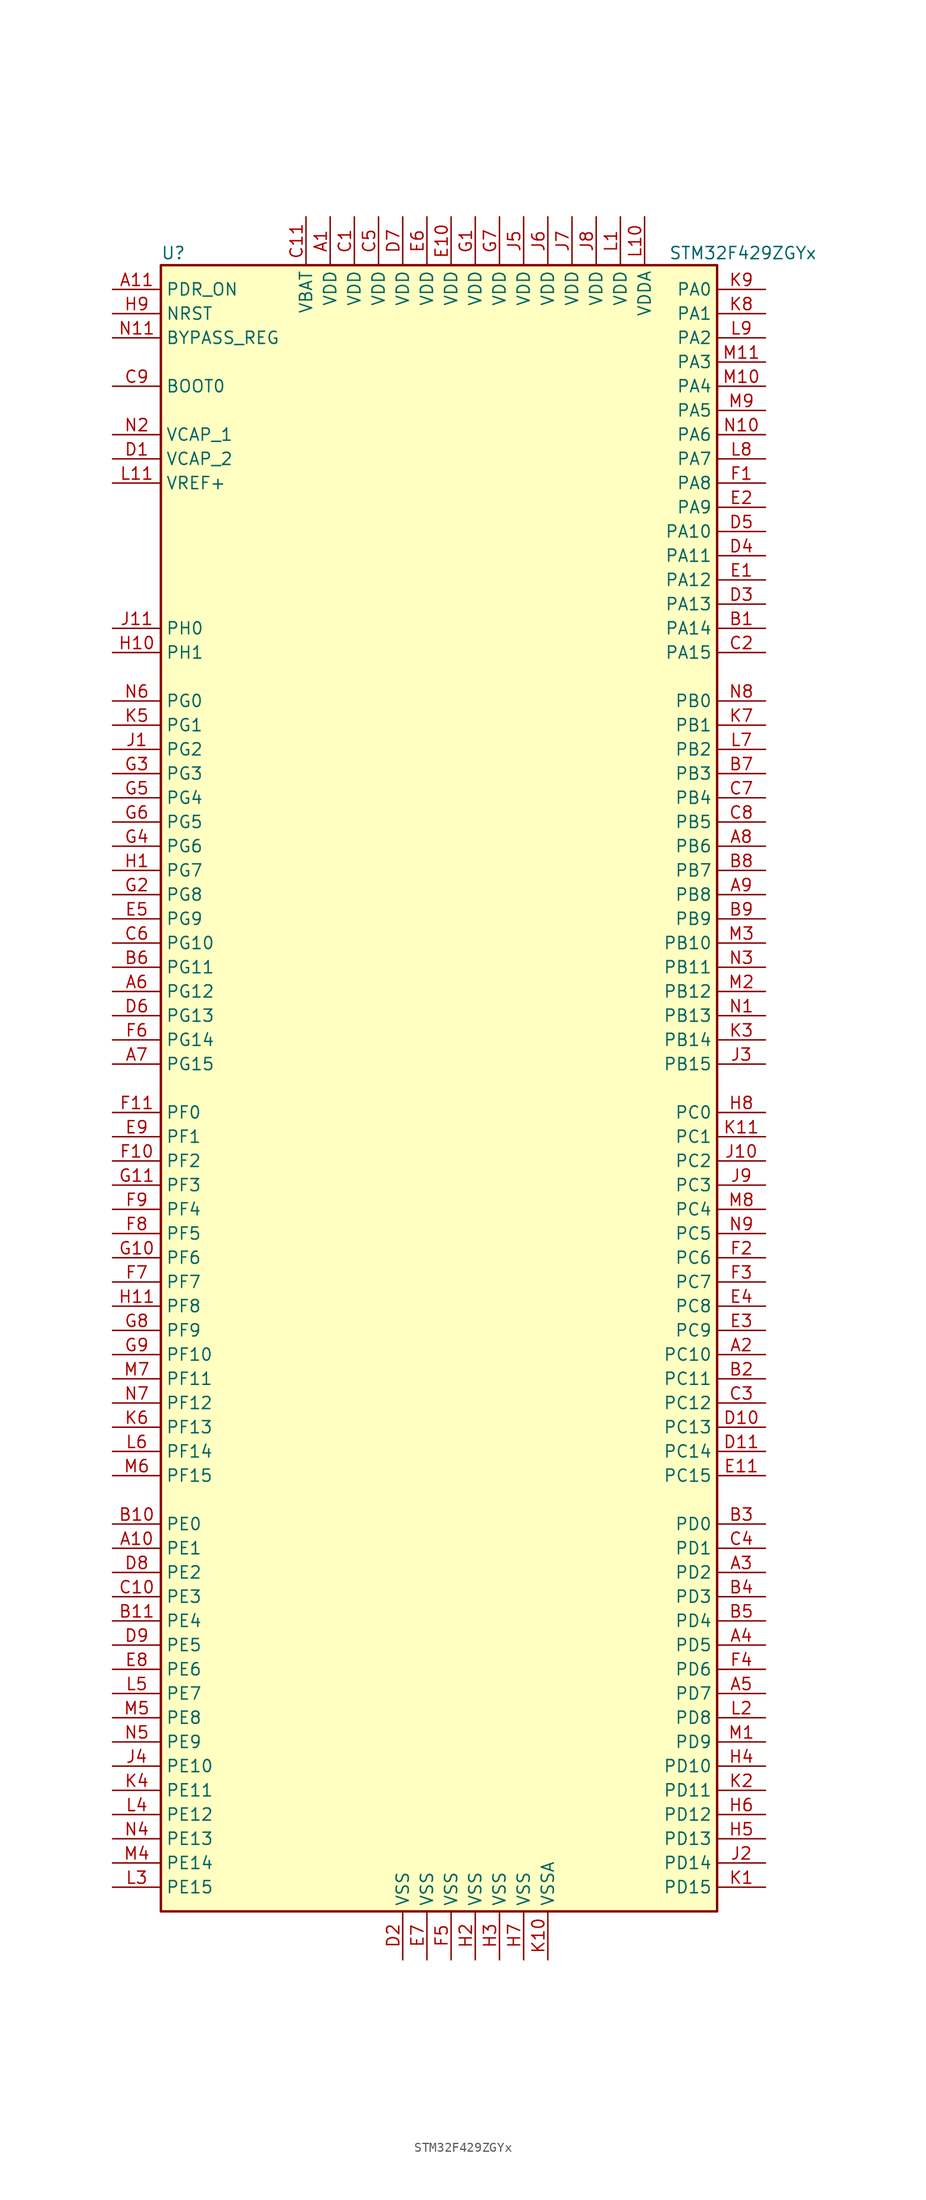
<source format=kicad_sym>
(kicad_symbol_lib
  (version 20211014)
  (generator kicad_symbol_editor)
  (symbol "STM32F429ZGYx"
    (property "Reference" "U"
      (at -30.48 87.63 0)
      (effects (font (size 1.27 1.27)) (justify left)))
    (property "Value" "STM32F429ZGYx"
      (at 22.86 87.63 0)
      (effects (font (size 1.27 1.27)) (justify left)))
    (symbol "STM32F429ZGYx_0_1"
      (rectangle (start -30.48 -86.36) (end 27.94 86.36) (stroke (width 0.254) (type default) (color 0 0 0 0)) (fill (type background))))
    (symbol "STM32F429ZGYx_1_1"
      (pin power_in line (at -12.7 91.44 270) (length 5.08) (name "VDD" (effects (font (size 1.27 1.27)))) (number "A1" (effects (font (size 1.27 1.27)))))
      (pin bidirectional line (at -35.56 -48.26 0) (length 5.08) (name "PE1" (effects (font (size 1.27 1.27)))) (number "A10" (effects (font (size 1.27 1.27)))))
      (pin input line (at -35.56 83.82 0) (length 5.08) (name "PDR_ON" (effects (font (size 1.27 1.27)))) (number "A11" (effects (font (size 1.27 1.27)))))
      (pin bidirectional line (at 33.02 -27.94 180) (length 5.08) (name "PC10" (effects (font (size 1.27 1.27)))) (number "A2" (effects (font (size 1.27 1.27)))))
      (pin bidirectional line (at 33.02 -50.8 180) (length 5.08) (name "PD2" (effects (font (size 1.27 1.27)))) (number "A3" (effects (font (size 1.27 1.27)))))
      (pin bidirectional line (at 33.02 -58.42 180) (length 5.08) (name "PD5" (effects (font (size 1.27 1.27)))) (number "A4" (effects (font (size 1.27 1.27)))))
      (pin bidirectional line (at 33.02 -63.5 180) (length 5.08) (name "PD7" (effects (font (size 1.27 1.27)))) (number "A5" (effects (font (size 1.27 1.27)))))
      (pin bidirectional line (at -35.56 10.16 0) (length 5.08) (name "PG12" (effects (font (size 1.27 1.27)))) (number "A6" (effects (font (size 1.27 1.27)))))
      (pin bidirectional line (at -35.56 2.54 0) (length 5.08) (name "PG15" (effects (font (size 1.27 1.27)))) (number "A7" (effects (font (size 1.27 1.27)))))
      (pin bidirectional line (at 33.02 25.4 180) (length 5.08) (name "PB6" (effects (font (size 1.27 1.27)))) (number "A8" (effects (font (size 1.27 1.27)))))
      (pin bidirectional line (at 33.02 20.32 180) (length 5.08) (name "PB8" (effects (font (size 1.27 1.27)))) (number "A9" (effects (font (size 1.27 1.27)))))
      (pin bidirectional line (at 33.02 48.26 180) (length 5.08) (name "PA14" (effects (font (size 1.27 1.27)))) (number "B1" (effects (font (size 1.27 1.27)))))
      (pin bidirectional line (at -35.56 -45.72 0) (length 5.08) (name "PE0" (effects (font (size 1.27 1.27)))) (number "B10" (effects (font (size 1.27 1.27)))))
      (pin bidirectional line (at -35.56 -55.88 0) (length 5.08) (name "PE4" (effects (font (size 1.27 1.27)))) (number "B11" (effects (font (size 1.27 1.27)))))
      (pin bidirectional line (at 33.02 -30.48 180) (length 5.08) (name "PC11" (effects (font (size 1.27 1.27)))) (number "B2" (effects (font (size 1.27 1.27)))))
      (pin bidirectional line (at 33.02 -45.72 180) (length 5.08) (name "PD0" (effects (font (size 1.27 1.27)))) (number "B3" (effects (font (size 1.27 1.27)))))
      (pin bidirectional line (at 33.02 -53.34 180) (length 5.08) (name "PD3" (effects (font (size 1.27 1.27)))) (number "B4" (effects (font (size 1.27 1.27)))))
      (pin bidirectional line (at 33.02 -55.88 180) (length 5.08) (name "PD4" (effects (font (size 1.27 1.27)))) (number "B5" (effects (font (size 1.27 1.27)))))
      (pin bidirectional line (at -35.56 12.7 0) (length 5.08) (name "PG11" (effects (font (size 1.27 1.27)))) (number "B6" (effects (font (size 1.27 1.27)))))
      (pin bidirectional line (at 33.02 33.02 180) (length 5.08) (name "PB3" (effects (font (size 1.27 1.27)))) (number "B7" (effects (font (size 1.27 1.27)))))
      (pin bidirectional line (at 33.02 22.86 180) (length 5.08) (name "PB7" (effects (font (size 1.27 1.27)))) (number "B8" (effects (font (size 1.27 1.27)))))
      (pin bidirectional line (at 33.02 17.78 180) (length 5.08) (name "PB9" (effects (font (size 1.27 1.27)))) (number "B9" (effects (font (size 1.27 1.27)))))
      (pin power_in line (at -10.16 91.44 270) (length 5.08) (name "VDD" (effects (font (size 1.27 1.27)))) (number "C1" (effects (font (size 1.27 1.27)))))
      (pin bidirectional line (at -35.56 -53.34 0) (length 5.08) (name "PE3" (effects (font (size 1.27 1.27)))) (number "C10" (effects (font (size 1.27 1.27)))))
      (pin power_in line (at -15.24 91.44 270) (length 5.08) (name "VBAT" (effects (font (size 1.27 1.27)))) (number "C11" (effects (font (size 1.27 1.27)))))
      (pin bidirectional line (at 33.02 45.72 180) (length 5.08) (name "PA15" (effects (font (size 1.27 1.27)))) (number "C2" (effects (font (size 1.27 1.27)))))
      (pin bidirectional line (at 33.02 -33.02 180) (length 5.08) (name "PC12" (effects (font (size 1.27 1.27)))) (number "C3" (effects (font (size 1.27 1.27)))))
      (pin bidirectional line (at 33.02 -48.26 180) (length 5.08) (name "PD1" (effects (font (size 1.27 1.27)))) (number "C4" (effects (font (size 1.27 1.27)))))
      (pin power_in line (at -7.62 91.44 270) (length 5.08) (name "VDD" (effects (font (size 1.27 1.27)))) (number "C5" (effects (font (size 1.27 1.27)))))
      (pin bidirectional line (at -35.56 15.24 0) (length 5.08) (name "PG10" (effects (font (size 1.27 1.27)))) (number "C6" (effects (font (size 1.27 1.27)))))
      (pin bidirectional line (at 33.02 30.48 180) (length 5.08) (name "PB4" (effects (font (size 1.27 1.27)))) (number "C7" (effects (font (size 1.27 1.27)))))
      (pin bidirectional line (at 33.02 27.94 180) (length 5.08) (name "PB5" (effects (font (size 1.27 1.27)))) (number "C8" (effects (font (size 1.27 1.27)))))
      (pin input line (at -35.56 73.66 0) (length 5.08) (name "BOOT0" (effects (font (size 1.27 1.27)))) (number "C9" (effects (font (size 1.27 1.27)))))
      (pin power_in line (at -35.56 66.04 0) (length 5.08) (name "VCAP_2" (effects (font (size 1.27 1.27)))) (number "D1" (effects (font (size 1.27 1.27)))))
      (pin bidirectional line (at 33.02 -35.56 180) (length 5.08) (name "PC13" (effects (font (size 1.27 1.27)))) (number "D10" (effects (font (size 1.27 1.27)))))
      (pin bidirectional line (at 33.02 -38.1 180) (length 5.08) (name "PC14" (effects (font (size 1.27 1.27)))) (number "D11" (effects (font (size 1.27 1.27)))))
      (pin power_in line (at -5.08 -91.44 90) (length 5.08) (name "VSS" (effects (font (size 1.27 1.27)))) (number "D2" (effects (font (size 1.27 1.27)))))
      (pin bidirectional line (at 33.02 50.8 180) (length 5.08) (name "PA13" (effects (font (size 1.27 1.27)))) (number "D3" (effects (font (size 1.27 1.27)))))
      (pin bidirectional line (at 33.02 55.88 180) (length 5.08) (name "PA11" (effects (font (size 1.27 1.27)))) (number "D4" (effects (font (size 1.27 1.27)))))
      (pin bidirectional line (at 33.02 58.42 180) (length 5.08) (name "PA10" (effects (font (size 1.27 1.27)))) (number "D5" (effects (font (size 1.27 1.27)))))
      (pin bidirectional line (at -35.56 7.62 0) (length 5.08) (name "PG13" (effects (font (size 1.27 1.27)))) (number "D6" (effects (font (size 1.27 1.27)))))
      (pin power_in line (at -5.08 91.44 270) (length 5.08) (name "VDD" (effects (font (size 1.27 1.27)))) (number "D7" (effects (font (size 1.27 1.27)))))
      (pin bidirectional line (at -35.56 -50.8 0) (length 5.08) (name "PE2" (effects (font (size 1.27 1.27)))) (number "D8" (effects (font (size 1.27 1.27)))))
      (pin bidirectional line (at -35.56 -58.42 0) (length 5.08) (name "PE5" (effects (font (size 1.27 1.27)))) (number "D9" (effects (font (size 1.27 1.27)))))
      (pin bidirectional line (at 33.02 53.34 180) (length 5.08) (name "PA12" (effects (font (size 1.27 1.27)))) (number "E1" (effects (font (size 1.27 1.27)))))
      (pin power_in line (at 0 91.44 270) (length 5.08) (name "VDD" (effects (font (size 1.27 1.27)))) (number "E10" (effects (font (size 1.27 1.27)))))
      (pin bidirectional line (at 33.02 -40.64 180) (length 5.08) (name "PC15" (effects (font (size 1.27 1.27)))) (number "E11" (effects (font (size 1.27 1.27)))))
      (pin bidirectional line (at 33.02 60.96 180) (length 5.08) (name "PA9" (effects (font (size 1.27 1.27)))) (number "E2" (effects (font (size 1.27 1.27)))))
      (pin bidirectional line (at 33.02 -25.4 180) (length 5.08) (name "PC9" (effects (font (size 1.27 1.27)))) (number "E3" (effects (font (size 1.27 1.27)))))
      (pin bidirectional line (at 33.02 -22.86 180) (length 5.08) (name "PC8" (effects (font (size 1.27 1.27)))) (number "E4" (effects (font (size 1.27 1.27)))))
      (pin bidirectional line (at -35.56 17.78 0) (length 5.08) (name "PG9" (effects (font (size 1.27 1.27)))) (number "E5" (effects (font (size 1.27 1.27)))))
      (pin power_in line (at -2.54 91.44 270) (length 5.08) (name "VDD" (effects (font (size 1.27 1.27)))) (number "E6" (effects (font (size 1.27 1.27)))))
      (pin power_in line (at -2.54 -91.44 90) (length 5.08) (name "VSS" (effects (font (size 1.27 1.27)))) (number "E7" (effects (font (size 1.27 1.27)))))
      (pin bidirectional line (at -35.56 -60.96 0) (length 5.08) (name "PE6" (effects (font (size 1.27 1.27)))) (number "E8" (effects (font (size 1.27 1.27)))))
      (pin bidirectional line (at -35.56 -5.08 0) (length 5.08) (name "PF1" (effects (font (size 1.27 1.27)))) (number "E9" (effects (font (size 1.27 1.27)))))
      (pin bidirectional line (at 33.02 63.5 180) (length 5.08) (name "PA8" (effects (font (size 1.27 1.27)))) (number "F1" (effects (font (size 1.27 1.27)))))
      (pin bidirectional line (at -35.56 -7.62 0) (length 5.08) (name "PF2" (effects (font (size 1.27 1.27)))) (number "F10" (effects (font (size 1.27 1.27)))))
      (pin bidirectional line (at -35.56 -2.54 0) (length 5.08) (name "PF0" (effects (font (size 1.27 1.27)))) (number "F11" (effects (font (size 1.27 1.27)))))
      (pin bidirectional line (at 33.02 -17.78 180) (length 5.08) (name "PC6" (effects (font (size 1.27 1.27)))) (number "F2" (effects (font (size 1.27 1.27)))))
      (pin bidirectional line (at 33.02 -20.32 180) (length 5.08) (name "PC7" (effects (font (size 1.27 1.27)))) (number "F3" (effects (font (size 1.27 1.27)))))
      (pin bidirectional line (at 33.02 -60.96 180) (length 5.08) (name "PD6" (effects (font (size 1.27 1.27)))) (number "F4" (effects (font (size 1.27 1.27)))))
      (pin power_in line (at 0 -91.44 90) (length 5.08) (name "VSS" (effects (font (size 1.27 1.27)))) (number "F5" (effects (font (size 1.27 1.27)))))
      (pin bidirectional line (at -35.56 5.08 0) (length 5.08) (name "PG14" (effects (font (size 1.27 1.27)))) (number "F6" (effects (font (size 1.27 1.27)))))
      (pin bidirectional line (at -35.56 -20.32 0) (length 5.08) (name "PF7" (effects (font (size 1.27 1.27)))) (number "F7" (effects (font (size 1.27 1.27)))))
      (pin bidirectional line (at -35.56 -15.24 0) (length 5.08) (name "PF5" (effects (font (size 1.27 1.27)))) (number "F8" (effects (font (size 1.27 1.27)))))
      (pin bidirectional line (at -35.56 -12.7 0) (length 5.08) (name "PF4" (effects (font (size 1.27 1.27)))) (number "F9" (effects (font (size 1.27 1.27)))))
      (pin power_in line (at 2.54 91.44 270) (length 5.08) (name "VDD" (effects (font (size 1.27 1.27)))) (number "G1" (effects (font (size 1.27 1.27)))))
      (pin bidirectional line (at -35.56 -17.78 0) (length 5.08) (name "PF6" (effects (font (size 1.27 1.27)))) (number "G10" (effects (font (size 1.27 1.27)))))
      (pin bidirectional line (at -35.56 -10.16 0) (length 5.08) (name "PF3" (effects (font (size 1.27 1.27)))) (number "G11" (effects (font (size 1.27 1.27)))))
      (pin bidirectional line (at -35.56 20.32 0) (length 5.08) (name "PG8" (effects (font (size 1.27 1.27)))) (number "G2" (effects (font (size 1.27 1.27)))))
      (pin bidirectional line (at -35.56 33.02 0) (length 5.08) (name "PG3" (effects (font (size 1.27 1.27)))) (number "G3" (effects (font (size 1.27 1.27)))))
      (pin bidirectional line (at -35.56 25.4 0) (length 5.08) (name "PG6" (effects (font (size 1.27 1.27)))) (number "G4" (effects (font (size 1.27 1.27)))))
      (pin bidirectional line (at -35.56 30.48 0) (length 5.08) (name "PG4" (effects (font (size 1.27 1.27)))) (number "G5" (effects (font (size 1.27 1.27)))))
      (pin bidirectional line (at -35.56 27.94 0) (length 5.08) (name "PG5" (effects (font (size 1.27 1.27)))) (number "G6" (effects (font (size 1.27 1.27)))))
      (pin power_in line (at 5.08 91.44 270) (length 5.08) (name "VDD" (effects (font (size 1.27 1.27)))) (number "G7" (effects (font (size 1.27 1.27)))))
      (pin bidirectional line (at -35.56 -25.4 0) (length 5.08) (name "PF9" (effects (font (size 1.27 1.27)))) (number "G8" (effects (font (size 1.27 1.27)))))
      (pin bidirectional line (at -35.56 -27.94 0) (length 5.08) (name "PF10" (effects (font (size 1.27 1.27)))) (number "G9" (effects (font (size 1.27 1.27)))))
      (pin bidirectional line (at -35.56 22.86 0) (length 5.08) (name "PG7" (effects (font (size 1.27 1.27)))) (number "H1" (effects (font (size 1.27 1.27)))))
      (pin input line (at -35.56 45.72 0) (length 5.08) (name "PH1" (effects (font (size 1.27 1.27)))) (number "H10" (effects (font (size 1.27 1.27)))))
      (pin bidirectional line (at -35.56 -22.86 0) (length 5.08) (name "PF8" (effects (font (size 1.27 1.27)))) (number "H11" (effects (font (size 1.27 1.27)))))
      (pin power_in line (at 2.54 -91.44 90) (length 5.08) (name "VSS" (effects (font (size 1.27 1.27)))) (number "H2" (effects (font (size 1.27 1.27)))))
      (pin power_in line (at 5.08 -91.44 90) (length 5.08) (name "VSS" (effects (font (size 1.27 1.27)))) (number "H3" (effects (font (size 1.27 1.27)))))
      (pin bidirectional line (at 33.02 -71.12 180) (length 5.08) (name "PD10" (effects (font (size 1.27 1.27)))) (number "H4" (effects (font (size 1.27 1.27)))))
      (pin bidirectional line (at 33.02 -78.74 180) (length 5.08) (name "PD13" (effects (font (size 1.27 1.27)))) (number "H5" (effects (font (size 1.27 1.27)))))
      (pin bidirectional line (at 33.02 -76.2 180) (length 5.08) (name "PD12" (effects (font (size 1.27 1.27)))) (number "H6" (effects (font (size 1.27 1.27)))))
      (pin power_in line (at 7.62 -91.44 90) (length 5.08) (name "VSS" (effects (font (size 1.27 1.27)))) (number "H7" (effects (font (size 1.27 1.27)))))
      (pin bidirectional line (at 33.02 -2.54 180) (length 5.08) (name "PC0" (effects (font (size 1.27 1.27)))) (number "H8" (effects (font (size 1.27 1.27)))))
      (pin input line (at -35.56 81.28 0) (length 5.08) (name "NRST" (effects (font (size 1.27 1.27)))) (number "H9" (effects (font (size 1.27 1.27)))))
      (pin bidirectional line (at -35.56 35.56 0) (length 5.08) (name "PG2" (effects (font (size 1.27 1.27)))) (number "J1" (effects (font (size 1.27 1.27)))))
      (pin bidirectional line (at 33.02 -7.62 180) (length 5.08) (name "PC2" (effects (font (size 1.27 1.27)))) (number "J10" (effects (font (size 1.27 1.27)))))
      (pin input line (at -35.56 48.26 0) (length 5.08) (name "PH0" (effects (font (size 1.27 1.27)))) (number "J11" (effects (font (size 1.27 1.27)))))
      (pin bidirectional line (at 33.02 -81.28 180) (length 5.08) (name "PD14" (effects (font (size 1.27 1.27)))) (number "J2" (effects (font (size 1.27 1.27)))))
      (pin bidirectional line (at 33.02 2.54 180) (length 5.08) (name "PB15" (effects (font (size 1.27 1.27)))) (number "J3" (effects (font (size 1.27 1.27)))))
      (pin bidirectional line (at -35.56 -71.12 0) (length 5.08) (name "PE10" (effects (font (size 1.27 1.27)))) (number "J4" (effects (font (size 1.27 1.27)))))
      (pin power_in line (at 7.62 91.44 270) (length 5.08) (name "VDD" (effects (font (size 1.27 1.27)))) (number "J5" (effects (font (size 1.27 1.27)))))
      (pin power_in line (at 10.16 91.44 270) (length 5.08) (name "VDD" (effects (font (size 1.27 1.27)))) (number "J6" (effects (font (size 1.27 1.27)))))
      (pin power_in line (at 12.7 91.44 270) (length 5.08) (name "VDD" (effects (font (size 1.27 1.27)))) (number "J7" (effects (font (size 1.27 1.27)))))
      (pin power_in line (at 15.24 91.44 270) (length 5.08) (name "VDD" (effects (font (size 1.27 1.27)))) (number "J8" (effects (font (size 1.27 1.27)))))
      (pin bidirectional line (at 33.02 -10.16 180) (length 5.08) (name "PC3" (effects (font (size 1.27 1.27)))) (number "J9" (effects (font (size 1.27 1.27)))))
      (pin bidirectional line (at 33.02 -83.82 180) (length 5.08) (name "PD15" (effects (font (size 1.27 1.27)))) (number "K1" (effects (font (size 1.27 1.27)))))
      (pin power_in line (at 10.16 -91.44 90) (length 5.08) (name "VSSA" (effects (font (size 1.27 1.27)))) (number "K10" (effects (font (size 1.27 1.27)))))
      (pin bidirectional line (at 33.02 -5.08 180) (length 5.08) (name "PC1" (effects (font (size 1.27 1.27)))) (number "K11" (effects (font (size 1.27 1.27)))))
      (pin bidirectional line (at 33.02 -73.66 180) (length 5.08) (name "PD11" (effects (font (size 1.27 1.27)))) (number "K2" (effects (font (size 1.27 1.27)))))
      (pin bidirectional line (at 33.02 5.08 180) (length 5.08) (name "PB14" (effects (font (size 1.27 1.27)))) (number "K3" (effects (font (size 1.27 1.27)))))
      (pin bidirectional line (at -35.56 -73.66 0) (length 5.08) (name "PE11" (effects (font (size 1.27 1.27)))) (number "K4" (effects (font (size 1.27 1.27)))))
      (pin bidirectional line (at -35.56 38.1 0) (length 5.08) (name "PG1" (effects (font (size 1.27 1.27)))) (number "K5" (effects (font (size 1.27 1.27)))))
      (pin bidirectional line (at -35.56 -35.56 0) (length 5.08) (name "PF13" (effects (font (size 1.27 1.27)))) (number "K6" (effects (font (size 1.27 1.27)))))
      (pin bidirectional line (at 33.02 38.1 180) (length 5.08) (name "PB1" (effects (font (size 1.27 1.27)))) (number "K7" (effects (font (size 1.27 1.27)))))
      (pin bidirectional line (at 33.02 81.28 180) (length 5.08) (name "PA1" (effects (font (size 1.27 1.27)))) (number "K8" (effects (font (size 1.27 1.27)))))
      (pin bidirectional line (at 33.02 83.82 180) (length 5.08) (name "PA0" (effects (font (size 1.27 1.27)))) (number "K9" (effects (font (size 1.27 1.27)))))
      (pin power_in line (at 17.78 91.44 270) (length 5.08) (name "VDD" (effects (font (size 1.27 1.27)))) (number "L1" (effects (font (size 1.27 1.27)))))
      (pin power_in line (at 20.32 91.44 270) (length 5.08) (name "VDDA" (effects (font (size 1.27 1.27)))) (number "L10" (effects (font (size 1.27 1.27)))))
      (pin power_in line (at -35.56 63.5 0) (length 5.08) (name "VREF+" (effects (font (size 1.27 1.27)))) (number "L11" (effects (font (size 1.27 1.27)))))
      (pin bidirectional line (at 33.02 -66.04 180) (length 5.08) (name "PD8" (effects (font (size 1.27 1.27)))) (number "L2" (effects (font (size 1.27 1.27)))))
      (pin bidirectional line (at -35.56 -83.82 0) (length 5.08) (name "PE15" (effects (font (size 1.27 1.27)))) (number "L3" (effects (font (size 1.27 1.27)))))
      (pin bidirectional line (at -35.56 -76.2 0) (length 5.08) (name "PE12" (effects (font (size 1.27 1.27)))) (number "L4" (effects (font (size 1.27 1.27)))))
      (pin bidirectional line (at -35.56 -63.5 0) (length 5.08) (name "PE7" (effects (font (size 1.27 1.27)))) (number "L5" (effects (font (size 1.27 1.27)))))
      (pin bidirectional line (at -35.56 -38.1 0) (length 5.08) (name "PF14" (effects (font (size 1.27 1.27)))) (number "L6" (effects (font (size 1.27 1.27)))))
      (pin bidirectional line (at 33.02 35.56 180) (length 5.08) (name "PB2" (effects (font (size 1.27 1.27)))) (number "L7" (effects (font (size 1.27 1.27)))))
      (pin bidirectional line (at 33.02 66.04 180) (length 5.08) (name "PA7" (effects (font (size 1.27 1.27)))) (number "L8" (effects (font (size 1.27 1.27)))))
      (pin bidirectional line (at 33.02 78.74 180) (length 5.08) (name "PA2" (effects (font (size 1.27 1.27)))) (number "L9" (effects (font (size 1.27 1.27)))))
      (pin bidirectional line (at 33.02 -68.58 180) (length 5.08) (name "PD9" (effects (font (size 1.27 1.27)))) (number "M1" (effects (font (size 1.27 1.27)))))
      (pin bidirectional line (at 33.02 73.66 180) (length 5.08) (name "PA4" (effects (font (size 1.27 1.27)))) (number "M10" (effects (font (size 1.27 1.27)))))
      (pin bidirectional line (at 33.02 76.2 180) (length 5.08) (name "PA3" (effects (font (size 1.27 1.27)))) (number "M11" (effects (font (size 1.27 1.27)))))
      (pin bidirectional line (at 33.02 10.16 180) (length 5.08) (name "PB12" (effects (font (size 1.27 1.27)))) (number "M2" (effects (font (size 1.27 1.27)))))
      (pin bidirectional line (at 33.02 15.24 180) (length 5.08) (name "PB10" (effects (font (size 1.27 1.27)))) (number "M3" (effects (font (size 1.27 1.27)))))
      (pin bidirectional line (at -35.56 -81.28 0) (length 5.08) (name "PE14" (effects (font (size 1.27 1.27)))) (number "M4" (effects (font (size 1.27 1.27)))))
      (pin bidirectional line (at -35.56 -66.04 0) (length 5.08) (name "PE8" (effects (font (size 1.27 1.27)))) (number "M5" (effects (font (size 1.27 1.27)))))
      (pin bidirectional line (at -35.56 -40.64 0) (length 5.08) (name "PF15" (effects (font (size 1.27 1.27)))) (number "M6" (effects (font (size 1.27 1.27)))))
      (pin bidirectional line (at -35.56 -30.48 0) (length 5.08) (name "PF11" (effects (font (size 1.27 1.27)))) (number "M7" (effects (font (size 1.27 1.27)))))
      (pin bidirectional line (at 33.02 -12.7 180) (length 5.08) (name "PC4" (effects (font (size 1.27 1.27)))) (number "M8" (effects (font (size 1.27 1.27)))))
      (pin bidirectional line (at 33.02 71.12 180) (length 5.08) (name "PA5" (effects (font (size 1.27 1.27)))) (number "M9" (effects (font (size 1.27 1.27)))))
      (pin bidirectional line (at 33.02 7.62 180) (length 5.08) (name "PB13" (effects (font (size 1.27 1.27)))) (number "N1" (effects (font (size 1.27 1.27)))))
      (pin bidirectional line (at 33.02 68.58 180) (length 5.08) (name "PA6" (effects (font (size 1.27 1.27)))) (number "N10" (effects (font (size 1.27 1.27)))))
      (pin input line (at -35.56 78.74 0) (length 5.08) (name "BYPASS_REG" (effects (font (size 1.27 1.27)))) (number "N11" (effects (font (size 1.27 1.27)))))
      (pin power_in line (at -35.56 68.58 0) (length 5.08) (name "VCAP_1" (effects (font (size 1.27 1.27)))) (number "N2" (effects (font (size 1.27 1.27)))))
      (pin bidirectional line (at 33.02 12.7 180) (length 5.08) (name "PB11" (effects (font (size 1.27 1.27)))) (number "N3" (effects (font (size 1.27 1.27)))))
      (pin bidirectional line (at -35.56 -78.74 0) (length 5.08) (name "PE13" (effects (font (size 1.27 1.27)))) (number "N4" (effects (font (size 1.27 1.27)))))
      (pin bidirectional line (at -35.56 -68.58 0) (length 5.08) (name "PE9" (effects (font (size 1.27 1.27)))) (number "N5" (effects (font (size 1.27 1.27)))))
      (pin bidirectional line (at -35.56 40.64 0) (length 5.08) (name "PG0" (effects (font (size 1.27 1.27)))) (number "N6" (effects (font (size 1.27 1.27)))))
      (pin bidirectional line (at -35.56 -33.02 0) (length 5.08) (name "PF12" (effects (font (size 1.27 1.27)))) (number "N7" (effects (font (size 1.27 1.27)))))
      (pin bidirectional line (at 33.02 40.64 180) (length 5.08) (name "PB0" (effects (font (size 1.27 1.27)))) (number "N8" (effects (font (size 1.27 1.27)))))
      (pin bidirectional line (at 33.02 -15.24 180) (length 5.08) (name "PC5" (effects (font (size 1.27 1.27)))) (number "N9" (effects (font (size 1.27 1.27))))))))
</source>
